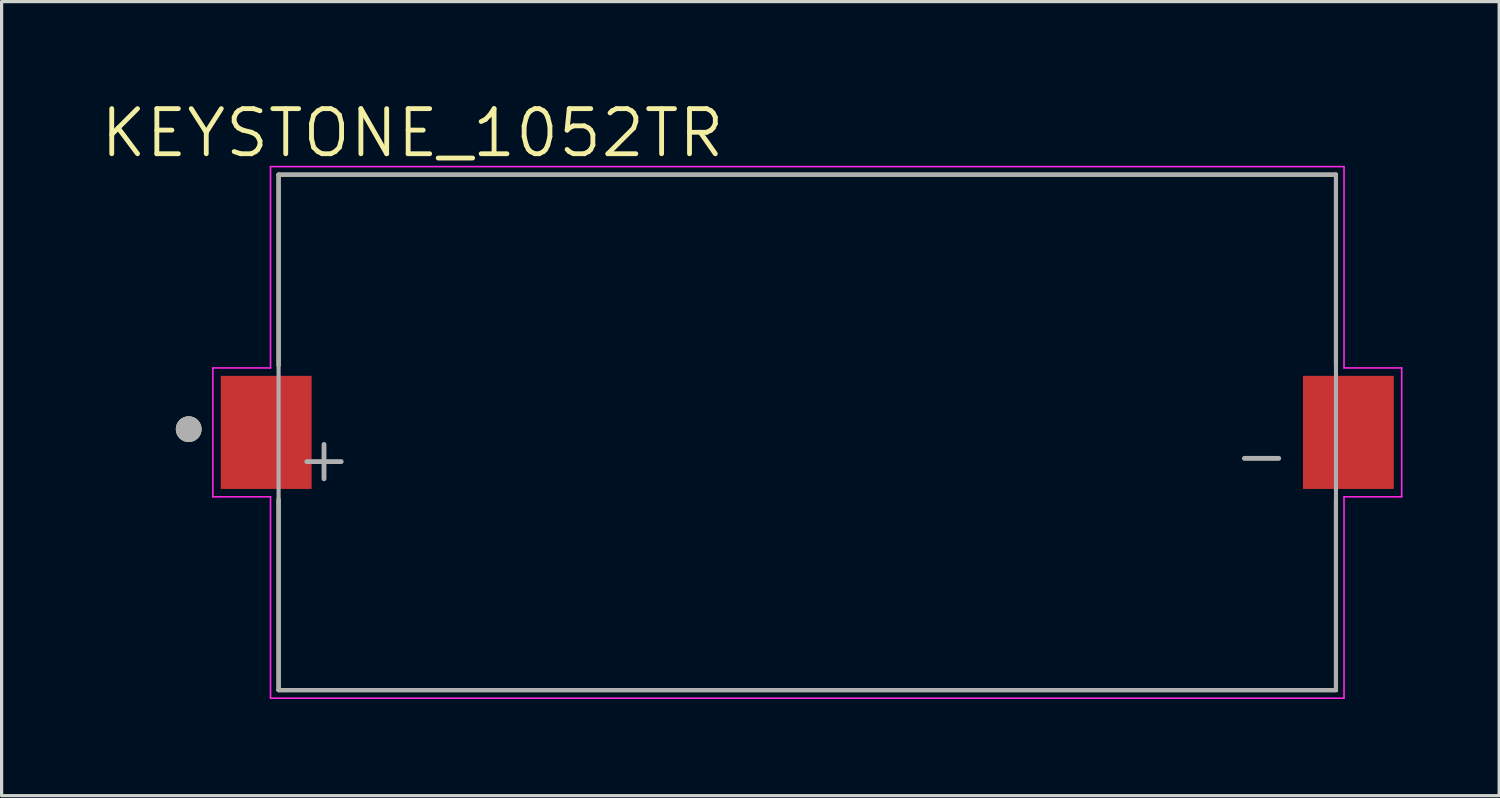
<source format=kicad_pcb>
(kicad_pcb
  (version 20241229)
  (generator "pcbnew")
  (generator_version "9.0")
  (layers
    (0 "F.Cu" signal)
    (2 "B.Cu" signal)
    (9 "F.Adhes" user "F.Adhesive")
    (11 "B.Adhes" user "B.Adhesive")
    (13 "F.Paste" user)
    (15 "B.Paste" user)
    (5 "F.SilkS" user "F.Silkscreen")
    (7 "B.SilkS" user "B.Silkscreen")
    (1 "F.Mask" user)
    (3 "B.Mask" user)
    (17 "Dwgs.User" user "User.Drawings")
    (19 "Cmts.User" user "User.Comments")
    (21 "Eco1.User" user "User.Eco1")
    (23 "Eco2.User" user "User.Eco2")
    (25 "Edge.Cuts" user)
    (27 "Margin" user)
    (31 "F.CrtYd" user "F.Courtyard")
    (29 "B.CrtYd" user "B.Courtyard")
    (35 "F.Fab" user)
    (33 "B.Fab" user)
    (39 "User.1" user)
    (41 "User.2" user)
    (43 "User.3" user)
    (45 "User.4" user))
  (footprint "KEYSTONE_1052TR"
    (layer "F.Cu")
    (at 22.007 10.371)
    (property "Reference" "KEYSTONE_1052TR" (at -12.255 -9.289 0) (layer "F.SilkS") (effects (font (size 1.4 1.4) (thickness 0.15))))
    (attr through_hole)
    (fp_line (start -16.41 -8) (end 16.41 -8) (stroke (width 0.127) (type solid)) (layer "F.SilkS"))
    (fp_line (start -16.41 -2.08) (end -16.41 -8) (stroke (width 0.127) (type solid)) (layer "F.SilkS"))
    (fp_line (start -16.41 8) (end -16.41 2.08) (stroke (width 0.127) (type solid)) (layer "F.SilkS"))
    (fp_line (start 16.41 -8) (end 16.41 -2.08) (stroke (width 0.127) (type solid)) (layer "F.SilkS"))
    (fp_line (start 16.41 2.08) (end 16.41 8) (stroke (width 0.127) (type solid)) (layer "F.SilkS"))
    (fp_line (start 16.41 8) (end -16.41 8) (stroke (width 0.127) (type solid)) (layer "F.SilkS"))
    (fp_circle (center -19.2 -0.1) (end -19 -0.1) (stroke (width 0.4) (type solid)) (fill no) (layer "F.SilkS"))
    (fp_line (start -18.45 -2) (end -16.66 -2) (stroke (width 0.05) (type solid)) (layer "F.CrtYd"))
    (fp_line (start -18.45 2) (end -18.45 -2) (stroke (width 0.05) (type solid)) (layer "F.CrtYd"))
    (fp_line (start -16.66 -8.25) (end 16.66 -8.25) (stroke (width 0.05) (type solid)) (layer "F.CrtYd"))
    (fp_line (start -16.66 -2) (end -16.66 -8.25) (stroke (width 0.05) (type solid)) (layer "F.CrtYd"))
    (fp_line (start -16.66 2) (end -18.45 2) (stroke (width 0.05) (type solid)) (layer "F.CrtYd"))
    (fp_line (start -16.66 8.25) (end -16.66 2) (stroke (width 0.05) (type solid)) (layer "F.CrtYd"))
    (fp_line (start 16.66 -8.25) (end 16.66 -2) (stroke (width 0.05) (type solid)) (layer "F.CrtYd"))
    (fp_line (start 16.66 -2) (end 18.45 -2) (stroke (width 0.05) (type solid)) (layer "F.CrtYd"))
    (fp_line (start 16.66 2) (end 16.66 8.25) (stroke (width 0.05) (type solid)) (layer "F.CrtYd"))
    (fp_line (start 16.66 8.25) (end -16.66 8.25) (stroke (width 0.05) (type solid)) (layer "F.CrtYd"))
    (fp_line (start 18.45 -2) (end 18.45 2) (stroke (width 0.05) (type solid)) (layer "F.CrtYd"))
    (fp_line (start 18.45 2) (end 16.66 2) (stroke (width 0.05) (type solid)) (layer "F.CrtYd"))
    (fp_line (start -16.41 -8) (end 16.41 -8) (stroke (width 0.127) (type solid)) (layer "F.Fab"))
    (fp_line (start -16.41 8) (end -16.41 -8) (stroke (width 0.127) (type solid)) (layer "F.Fab"))
    (fp_line (start 16.41 -8) (end 16.41 8) (stroke (width 0.127) (type solid)) (layer "F.Fab"))
    (fp_line (start 16.41 8) (end -16.41 8) (stroke (width 0.127) (type solid)) (layer "F.Fab"))
    (fp_circle (center -19.2 -0.1) (end -19 -0.1) (stroke (width 0.4) (type solid)) (fill no) (layer "F.Fab"))
    (fp_text user "-" (at 14.1 0.7 0) (layer "F.Fab") (effects (font (size 1.4 1.4) (thickness 0.15))))
    (fp_text user "+" (at -15 0.8 0) (layer "F.Fab") (effects (font (size 1.4 1.4) (thickness 0.15))))
    (pad "N" smd rect (at 16.795 0 90) (size 3.51 2.82) (layers "F.Cu" "F.Mask" "F.Paste"))
    (pad "P" smd rect (at -16.795 0 90) (size 3.51 2.82) (layers "F.Cu" "F.Mask" "F.Paste")))
  (gr_rect
    (start -3 -3)
    (end 43.482 21.646)
    (stroke (width 0.1) (type default))
    (fill no)
    (layer "Edge.Cuts")))
</source>
